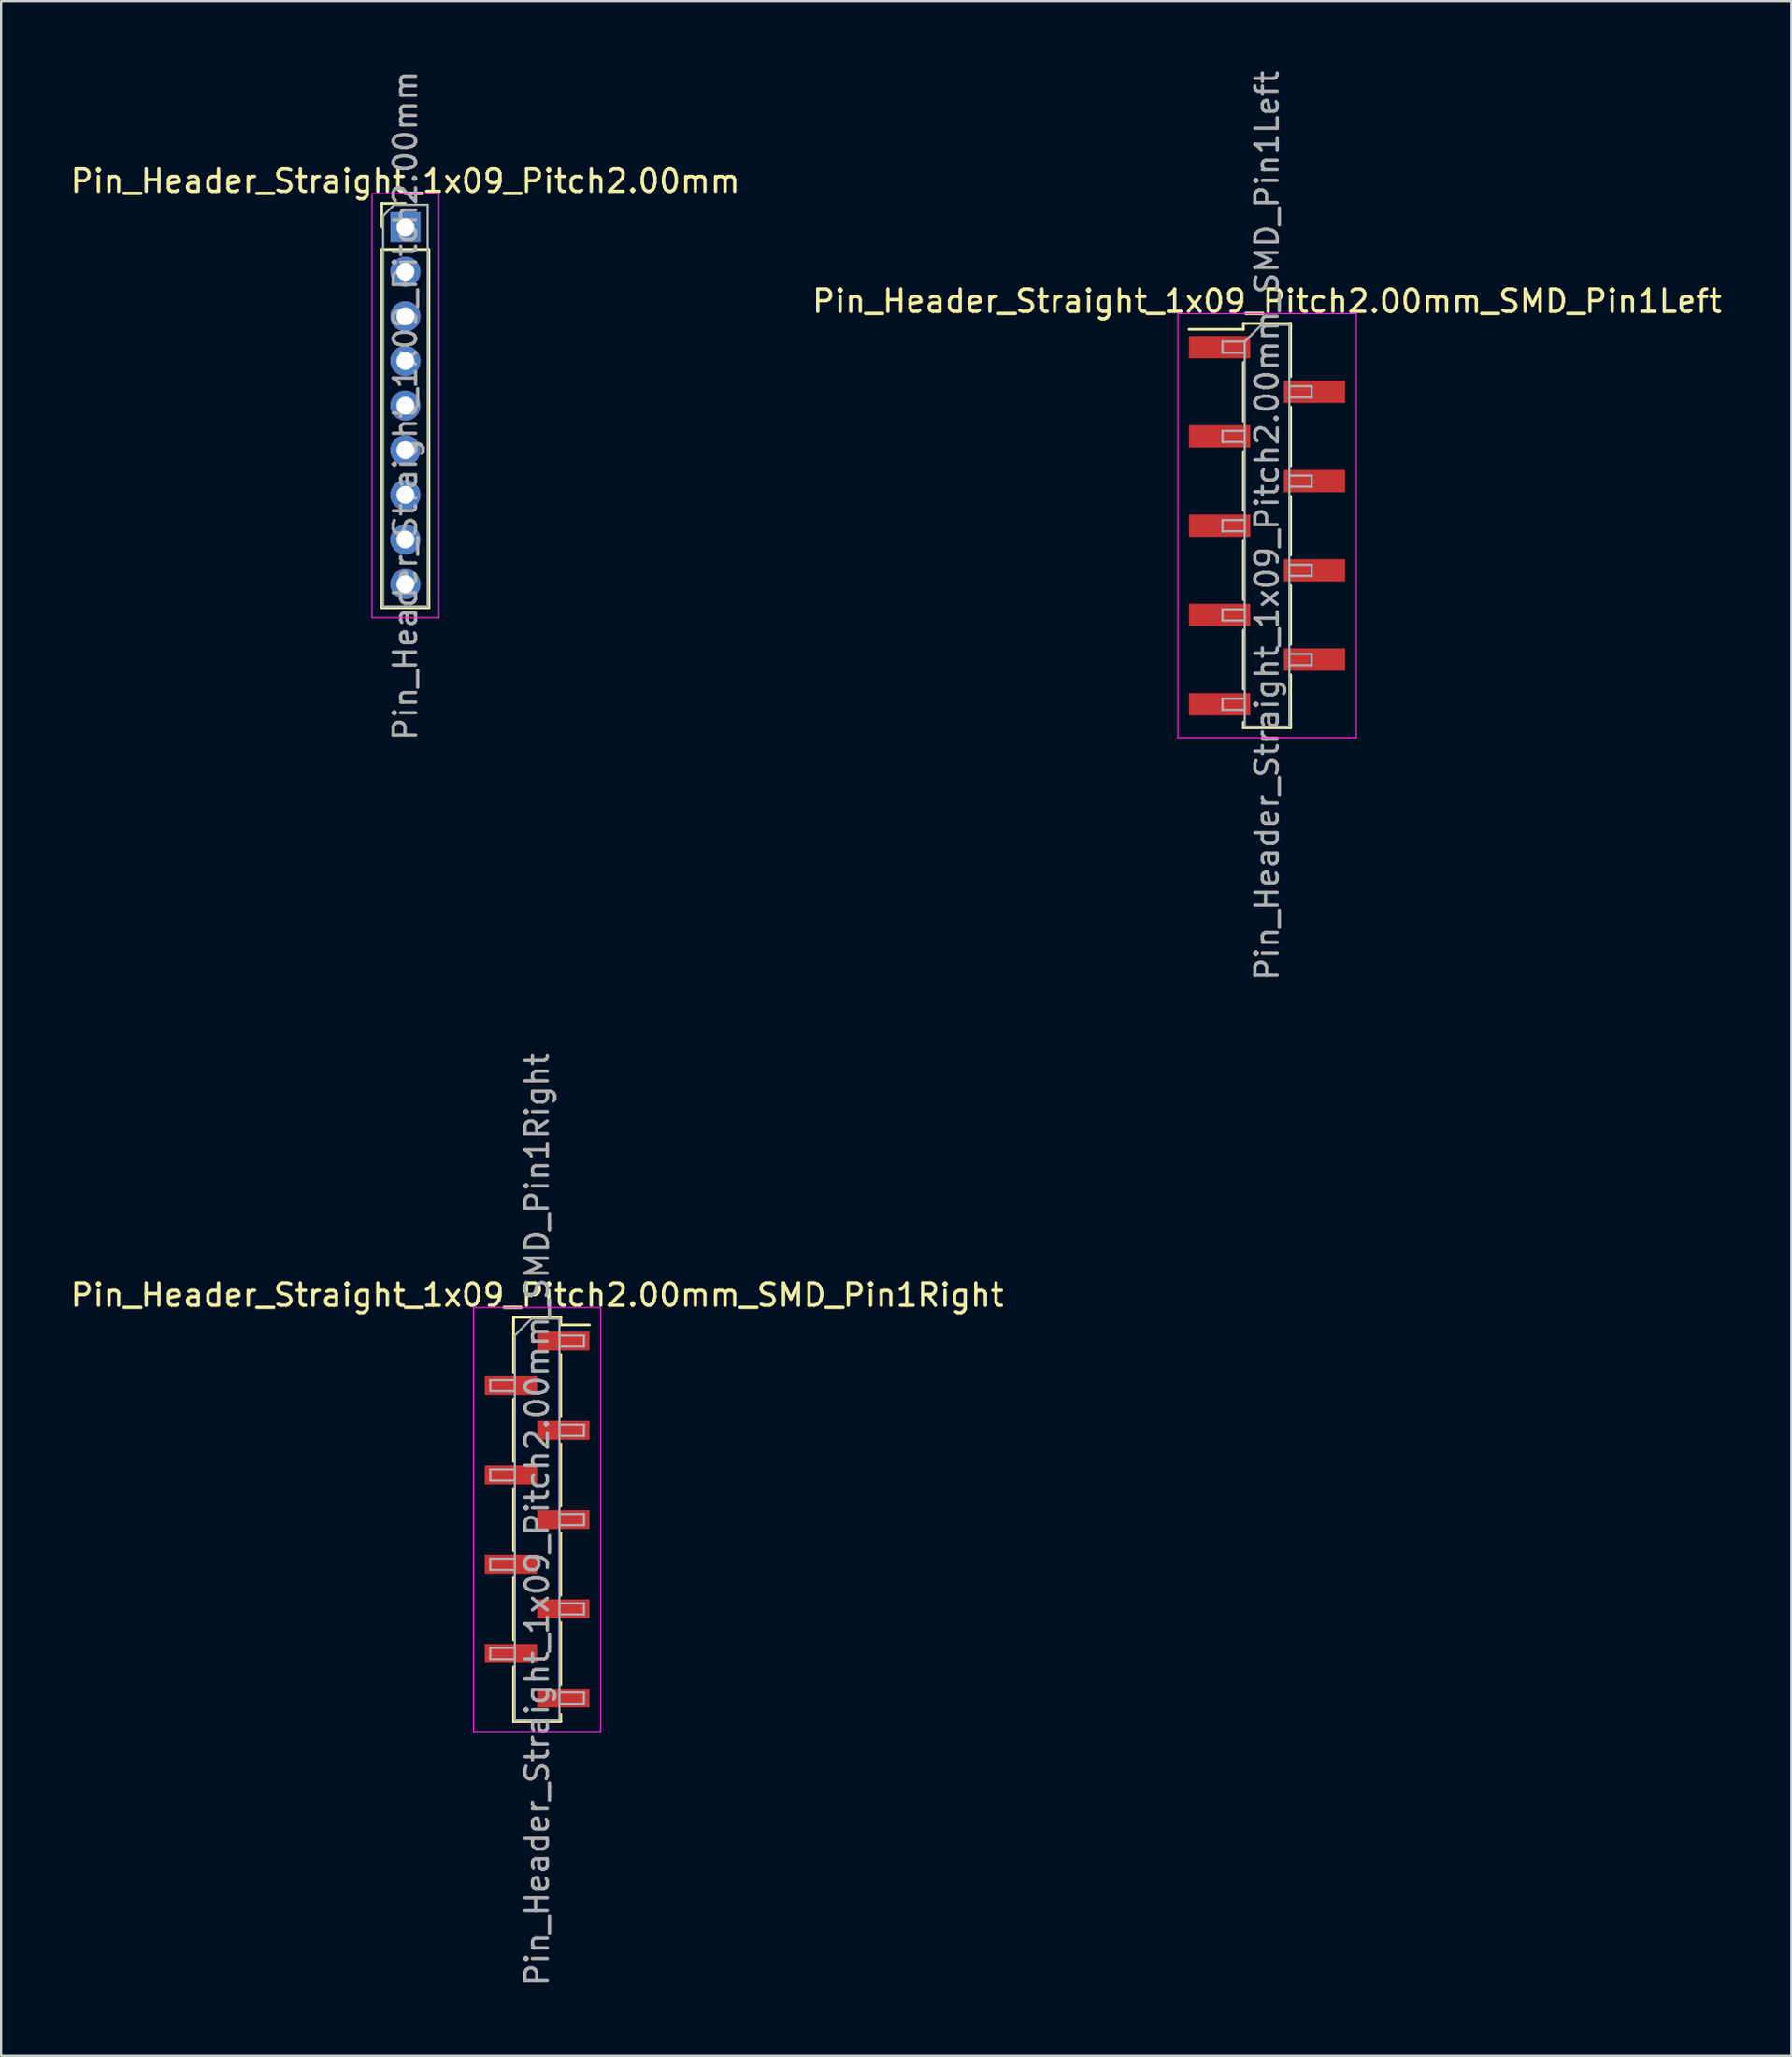
<source format=kicad_pcb>
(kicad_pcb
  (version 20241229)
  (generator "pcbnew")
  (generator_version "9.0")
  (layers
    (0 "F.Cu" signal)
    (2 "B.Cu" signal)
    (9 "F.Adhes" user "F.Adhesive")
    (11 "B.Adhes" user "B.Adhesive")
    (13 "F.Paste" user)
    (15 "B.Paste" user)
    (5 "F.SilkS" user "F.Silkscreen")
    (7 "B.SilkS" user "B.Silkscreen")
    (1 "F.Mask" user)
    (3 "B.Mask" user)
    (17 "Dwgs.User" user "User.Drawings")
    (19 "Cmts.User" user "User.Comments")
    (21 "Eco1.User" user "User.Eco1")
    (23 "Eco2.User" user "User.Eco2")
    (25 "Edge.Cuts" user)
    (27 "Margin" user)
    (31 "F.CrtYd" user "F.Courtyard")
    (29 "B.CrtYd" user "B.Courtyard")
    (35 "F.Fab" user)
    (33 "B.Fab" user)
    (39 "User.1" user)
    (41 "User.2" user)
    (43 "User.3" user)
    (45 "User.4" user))
  (footprint "Pin_Header_Straight_1x09_Pitch2.00mm_SMD_Pin1Left"
    (layer "F.Cu")
    (at 53.756 20.506)
    (property "Reference" "Pin_Header_Straight_1x09_Pitch2.00mm_SMD_Pin1Left" (at 0 -10.06 0) (layer "F.SilkS") (effects (font (size 1 1) (thickness 0.15))))
    (attr smd)
    (fp_line (start -1.06 -9.06) (end 1.06 -9.06) (stroke (width 0.12) (type solid)) (layer "F.SilkS"))
    (fp_line (start -1.06 -8.8) (end -3.5 -8.8) (stroke (width 0.12) (type solid)) (layer "F.SilkS"))
    (fp_line (start -1.06 -8.8) (end -1.06 -9.06) (stroke (width 0.12) (type solid)) (layer "F.SilkS"))
    (fp_line (start -1.06 -7.32) (end -1.06 -4.68) (stroke (width 0.12) (type solid)) (layer "F.SilkS"))
    (fp_line (start -1.06 -3.32) (end -1.06 -0.68) (stroke (width 0.12) (type solid)) (layer "F.SilkS"))
    (fp_line (start -1.06 0.68) (end -1.06 3.32) (stroke (width 0.12) (type solid)) (layer "F.SilkS"))
    (fp_line (start -1.06 4.68) (end -1.06 7.32) (stroke (width 0.12) (type solid)) (layer "F.SilkS"))
    (fp_line (start -1.06 8.8) (end -1.06 9.06) (stroke (width 0.12) (type solid)) (layer "F.SilkS"))
    (fp_line (start -1.06 9.06) (end 1.06 9.06) (stroke (width 0.12) (type solid)) (layer "F.SilkS"))
    (fp_line (start 1.06 -9.06) (end 1.06 -8.8) (stroke (width 0.12) (type solid)) (layer "F.SilkS"))
    (fp_line (start 1.06 -9.06) (end 1.06 -6.68) (stroke (width 0.12) (type solid)) (layer "F.SilkS"))
    (fp_line (start 1.06 -5.32) (end 1.06 -2.68) (stroke (width 0.12) (type solid)) (layer "F.SilkS"))
    (fp_line (start 1.06 -1.32) (end 1.06 1.32) (stroke (width 0.12) (type solid)) (layer "F.SilkS"))
    (fp_line (start 1.06 2.68) (end 1.06 5.32) (stroke (width 0.12) (type solid)) (layer "F.SilkS"))
    (fp_line (start 1.06 6.68) (end 1.06 9.06) (stroke (width 0.12) (type solid)) (layer "F.SilkS"))
    (fp_line (start 1.06 9.06) (end 1.06 8.8) (stroke (width 0.12) (type solid)) (layer "F.SilkS"))
    (fp_line (start -4 -9.5) (end -4 9.5) (stroke (width 0.05) (type solid)) (layer "F.CrtYd"))
    (fp_line (start -4 9.5) (end 4 9.5) (stroke (width 0.05) (type solid)) (layer "F.CrtYd"))
    (fp_line (start 4 -9.5) (end -4 -9.5) (stroke (width 0.05) (type solid)) (layer "F.CrtYd"))
    (fp_line (start 4 9.5) (end 4 -9.5) (stroke (width 0.05) (type solid)) (layer "F.CrtYd"))
    (fp_line (start -2 -8.25) (end -2 -7.75) (stroke (width 0.1) (type solid)) (layer "F.Fab"))
    (fp_line (start -2 -7.75) (end -1 -7.75) (stroke (width 0.1) (type solid)) (layer "F.Fab"))
    (fp_line (start -2 -4.25) (end -2 -3.75) (stroke (width 0.1) (type solid)) (layer "F.Fab"))
    (fp_line (start -2 -3.75) (end -1 -3.75) (stroke (width 0.1) (type solid)) (layer "F.Fab"))
    (fp_line (start -2 -0.25) (end -2 0.25) (stroke (width 0.1) (type solid)) (layer "F.Fab"))
    (fp_line (start -2 0.25) (end -1 0.25) (stroke (width 0.1) (type solid)) (layer "F.Fab"))
    (fp_line (start -2 3.75) (end -2 4.25) (stroke (width 0.1) (type solid)) (layer "F.Fab"))
    (fp_line (start -2 4.25) (end -1 4.25) (stroke (width 0.1) (type solid)) (layer "F.Fab"))
    (fp_line (start -2 7.75) (end -2 8.25) (stroke (width 0.1) (type solid)) (layer "F.Fab"))
    (fp_line (start -2 8.25) (end -1 8.25) (stroke (width 0.1) (type solid)) (layer "F.Fab"))
    (fp_line (start -1 -8.25) (end -2 -8.25) (stroke (width 0.1) (type solid)) (layer "F.Fab"))
    (fp_line (start -1 -8.25) (end -0.25 -9) (stroke (width 0.1) (type solid)) (layer "F.Fab"))
    (fp_line (start -1 -4.25) (end -2 -4.25) (stroke (width 0.1) (type solid)) (layer "F.Fab"))
    (fp_line (start -1 -0.25) (end -2 -0.25) (stroke (width 0.1) (type solid)) (layer "F.Fab"))
    (fp_line (start -1 3.75) (end -2 3.75) (stroke (width 0.1) (type solid)) (layer "F.Fab"))
    (fp_line (start -1 7.75) (end -2 7.75) (stroke (width 0.1) (type solid)) (layer "F.Fab"))
    (fp_line (start -1 9) (end -1 -8.25) (stroke (width 0.1) (type solid)) (layer "F.Fab"))
    (fp_line (start -0.25 -9) (end 1 -9) (stroke (width 0.1) (type solid)) (layer "F.Fab"))
    (fp_line (start 1 -9) (end 1 9) (stroke (width 0.1) (type solid)) (layer "F.Fab"))
    (fp_line (start 1 -6.25) (end 2 -6.25) (stroke (width 0.1) (type solid)) (layer "F.Fab"))
    (fp_line (start 1 -2.25) (end 2 -2.25) (stroke (width 0.1) (type solid)) (layer "F.Fab"))
    (fp_line (start 1 1.75) (end 2 1.75) (stroke (width 0.1) (type solid)) (layer "F.Fab"))
    (fp_line (start 1 5.75) (end 2 5.75) (stroke (width 0.1) (type solid)) (layer "F.Fab"))
    (fp_line (start 1 9) (end -1 9) (stroke (width 0.1) (type solid)) (layer "F.Fab"))
    (fp_line (start 2 -6.25) (end 2 -5.75) (stroke (width 0.1) (type solid)) (layer "F.Fab"))
    (fp_line (start 2 -5.75) (end 1 -5.75) (stroke (width 0.1) (type solid)) (layer "F.Fab"))
    (fp_line (start 2 -2.25) (end 2 -1.75) (stroke (width 0.1) (type solid)) (layer "F.Fab"))
    (fp_line (start 2 -1.75) (end 1 -1.75) (stroke (width 0.1) (type solid)) (layer "F.Fab"))
    (fp_line (start 2 1.75) (end 2 2.25) (stroke (width 0.1) (type solid)) (layer "F.Fab"))
    (fp_line (start 2 2.25) (end 1 2.25) (stroke (width 0.1) (type solid)) (layer "F.Fab"))
    (fp_line (start 2 5.75) (end 2 6.25) (stroke (width 0.1) (type solid)) (layer "F.Fab"))
    (fp_line (start 2 6.25) (end 1 6.25) (stroke (width 0.1) (type solid)) (layer "F.Fab"))
    (fp_text user "${REFERENCE}" (at 0 0 90) (layer "F.Fab") (effects (font (size 1 1) (thickness 0.15))))
    (pad "1" smd rect (at -2.125 -8) (size 2.75 1) (layers "F.Cu" "F.Mask" "F.Paste"))
    (pad "2" smd rect (at 2.125 -6) (size 2.75 1) (layers "F.Cu" "F.Mask" "F.Paste"))
    (pad "3" smd rect (at -2.125 -4) (size 2.75 1) (layers "F.Cu" "F.Mask" "F.Paste"))
    (pad "4" smd rect (at 2.125 -2) (size 2.75 1) (layers "F.Cu" "F.Mask" "F.Paste"))
    (pad "5" smd rect (at -2.125 0) (size 2.75 1) (layers "F.Cu" "F.Mask" "F.Paste"))
    (pad "6" smd rect (at 2.125 2) (size 2.75 1) (layers "F.Cu" "F.Mask" "F.Paste"))
    (pad "7" smd rect (at -2.125 4) (size 2.75 1) (layers "F.Cu" "F.Mask" "F.Paste"))
    (pad "8" smd rect (at 2.125 6) (size 2.75 1) (layers "F.Cu" "F.Mask" "F.Paste"))
    (pad "9" smd rect (at -2.125 8) (size 2.75 1) (layers "F.Cu" "F.Mask" "F.Paste")))
  (footprint "Pin_Header_Straight_1x09_Pitch2.00mm"
    (layer "F.Cu")
    (at 15.125 7.125)
    (property "Reference" "Pin_Header_Straight_1x09_Pitch2.00mm" (at 0 -2.06 0) (layer "F.SilkS") (effects (font (size 1 1) (thickness 0.15))))
    (attr through_hole)
    (fp_line (start -1.06 -1.06) (end 0 -1.06) (stroke (width 0.12) (type solid)) (layer "F.SilkS"))
    (fp_line (start -1.06 0) (end -1.06 -1.06) (stroke (width 0.12) (type solid)) (layer "F.SilkS"))
    (fp_line (start -1.06 1) (end -1.06 17.06) (stroke (width 0.12) (type solid)) (layer "F.SilkS"))
    (fp_line (start -1.06 17.06) (end 1.06 17.06) (stroke (width 0.12) (type solid)) (layer "F.SilkS"))
    (fp_line (start 1.06 1) (end -1.06 1) (stroke (width 0.12) (type solid)) (layer "F.SilkS"))
    (fp_line (start 1.06 17.06) (end 1.06 1) (stroke (width 0.12) (type solid)) (layer "F.SilkS"))
    (fp_line (start -1.5 -1.5) (end -1.5 17.5) (stroke (width 0.05) (type solid)) (layer "F.CrtYd"))
    (fp_line (start -1.5 17.5) (end 1.5 17.5) (stroke (width 0.05) (type solid)) (layer "F.CrtYd"))
    (fp_line (start 1.5 -1.5) (end -1.5 -1.5) (stroke (width 0.05) (type solid)) (layer "F.CrtYd"))
    (fp_line (start 1.5 17.5) (end 1.5 -1.5) (stroke (width 0.05) (type solid)) (layer "F.CrtYd"))
    (fp_line (start -1 -0.5) (end -0.5 -1) (stroke (width 0.1) (type solid)) (layer "F.Fab"))
    (fp_line (start -1 17) (end -1 -0.5) (stroke (width 0.1) (type solid)) (layer "F.Fab"))
    (fp_line (start -0.5 -1) (end 1 -1) (stroke (width 0.1) (type solid)) (layer "F.Fab"))
    (fp_line (start 1 -1) (end 1 17) (stroke (width 0.1) (type solid)) (layer "F.Fab"))
    (fp_line (start 1 17) (end -1 17) (stroke (width 0.1) (type solid)) (layer "F.Fab"))
    (fp_text user "${REFERENCE}" (at 0 8 90) (layer "F.Fab") (effects (font (size 1 1) (thickness 0.15))))
    (pad "1" thru_hole rect (at 0 0) (size 1.35 1.35) (drill 0.8) (layers "*.Cu" "*.Mask"))
    (pad "2" thru_hole oval (at 0 2) (size 1.35 1.35) (drill 0.8) (layers "*.Cu" "*.Mask"))
    (pad "3" thru_hole oval (at 0 4) (size 1.35 1.35) (drill 0.8) (layers "*.Cu" "*.Mask"))
    (pad "4" thru_hole oval (at 0 6) (size 1.35 1.35) (drill 0.8) (layers "*.Cu" "*.Mask"))
    (pad "5" thru_hole oval (at 0 8) (size 1.35 1.35) (drill 0.8) (layers "*.Cu" "*.Mask"))
    (pad "6" thru_hole oval (at 0 10) (size 1.35 1.35) (drill 0.8) (layers "*.Cu" "*.Mask"))
    (pad "7" thru_hole oval (at 0 12) (size 1.35 1.35) (drill 0.8) (layers "*.Cu" "*.Mask"))
    (pad "8" thru_hole oval (at 0 14) (size 1.35 1.35) (drill 0.8) (layers "*.Cu" "*.Mask"))
    (pad "9" thru_hole oval (at 0 16) (size 1.35 1.35) (drill 0.8) (layers "*.Cu" "*.Mask")))
  (footprint "Pin_Header_Straight_1x09_Pitch2.00mm_SMD_Pin1Right"
    (layer "F.Cu")
    (at 21.03 65.042)
    (property "Reference" "Pin_Header_Straight_1x09_Pitch2.00mm_SMD_Pin1Right" (at 0 -10.06 0) (layer "F.SilkS") (effects (font (size 1 1) (thickness 0.15))))
    (attr smd)
    (fp_line (start -1.06 -9.06) (end -1.06 -6.605) (stroke (width 0.12) (type solid)) (layer "F.SilkS"))
    (fp_line (start -1.06 -9.06) (end 1.06 -9.06) (stroke (width 0.12) (type solid)) (layer "F.SilkS"))
    (fp_line (start -1.06 -8.725) (end -1.06 -9.06) (stroke (width 0.12) (type solid)) (layer "F.SilkS"))
    (fp_line (start -1.06 -5.395) (end -1.06 -2.605) (stroke (width 0.12) (type solid)) (layer "F.SilkS"))
    (fp_line (start -1.06 -1.395) (end -1.06 1.395) (stroke (width 0.12) (type solid)) (layer "F.SilkS"))
    (fp_line (start -1.06 2.605) (end -1.06 5.395) (stroke (width 0.12) (type solid)) (layer "F.SilkS"))
    (fp_line (start -1.06 6.605) (end -1.06 9.06) (stroke (width 0.12) (type solid)) (layer "F.SilkS"))
    (fp_line (start -1.06 8.725) (end -1.06 9.06) (stroke (width 0.12) (type solid)) (layer "F.SilkS"))
    (fp_line (start -1.06 9.06) (end 1.06 9.06) (stroke (width 0.12) (type solid)) (layer "F.SilkS"))
    (fp_line (start 1.06 -9.06) (end 1.06 -8.725) (stroke (width 0.12) (type solid)) (layer "F.SilkS"))
    (fp_line (start 1.06 -8.725) (end 2.35 -8.725) (stroke (width 0.12) (type solid)) (layer "F.SilkS"))
    (fp_line (start 1.06 -7.395) (end 1.06 -4.605) (stroke (width 0.12) (type solid)) (layer "F.SilkS"))
    (fp_line (start 1.06 -3.395) (end 1.06 -0.605) (stroke (width 0.12) (type solid)) (layer "F.SilkS"))
    (fp_line (start 1.06 0.605) (end 1.06 3.395) (stroke (width 0.12) (type solid)) (layer "F.SilkS"))
    (fp_line (start 1.06 4.605) (end 1.06 7.395) (stroke (width 0.12) (type solid)) (layer "F.SilkS"))
    (fp_line (start 1.06 9.06) (end 1.06 8.725) (stroke (width 0.12) (type solid)) (layer "F.SilkS"))
    (fp_line (start -2.85 -9.5) (end -2.85 9.5) (stroke (width 0.05) (type solid)) (layer "F.CrtYd"))
    (fp_line (start -2.85 9.5) (end 2.85 9.5) (stroke (width 0.05) (type solid)) (layer "F.CrtYd"))
    (fp_line (start 2.85 -9.5) (end -2.85 -9.5) (stroke (width 0.05) (type solid)) (layer "F.CrtYd"))
    (fp_line (start 2.85 9.5) (end 2.85 -9.5) (stroke (width 0.05) (type solid)) (layer "F.CrtYd"))
    (fp_line (start -2.1 -6.25) (end -2.1 -5.75) (stroke (width 0.1) (type solid)) (layer "F.Fab"))
    (fp_line (start -2.1 -5.75) (end -1 -5.75) (stroke (width 0.1) (type solid)) (layer "F.Fab"))
    (fp_line (start -2.1 -2.25) (end -2.1 -1.75) (stroke (width 0.1) (type solid)) (layer "F.Fab"))
    (fp_line (start -2.1 -1.75) (end -1 -1.75) (stroke (width 0.1) (type solid)) (layer "F.Fab"))
    (fp_line (start -2.1 1.75) (end -2.1 2.25) (stroke (width 0.1) (type solid)) (layer "F.Fab"))
    (fp_line (start -2.1 2.25) (end -1 2.25) (stroke (width 0.1) (type solid)) (layer "F.Fab"))
    (fp_line (start -2.1 5.75) (end -2.1 6.25) (stroke (width 0.1) (type solid)) (layer "F.Fab"))
    (fp_line (start -2.1 6.25) (end -1 6.25) (stroke (width 0.1) (type solid)) (layer "F.Fab"))
    (fp_line (start -1 -8.25) (end -0.25 -9) (stroke (width 0.1) (type solid)) (layer "F.Fab"))
    (fp_line (start -1 -6.25) (end -2.1 -6.25) (stroke (width 0.1) (type solid)) (layer "F.Fab"))
    (fp_line (start -1 -2.25) (end -2.1 -2.25) (stroke (width 0.1) (type solid)) (layer "F.Fab"))
    (fp_line (start -1 1.75) (end -2.1 1.75) (stroke (width 0.1) (type solid)) (layer "F.Fab"))
    (fp_line (start -1 5.75) (end -2.1 5.75) (stroke (width 0.1) (type solid)) (layer "F.Fab"))
    (fp_line (start -1 9) (end -1 -8.25) (stroke (width 0.1) (type solid)) (layer "F.Fab"))
    (fp_line (start -0.25 -9) (end 1 -9) (stroke (width 0.1) (type solid)) (layer "F.Fab"))
    (fp_line (start 1 -9) (end 1 9) (stroke (width 0.1) (type solid)) (layer "F.Fab"))
    (fp_line (start 1 -8.25) (end 2.1 -8.25) (stroke (width 0.1) (type solid)) (layer "F.Fab"))
    (fp_line (start 1 -4.25) (end 2.1 -4.25) (stroke (width 0.1) (type solid)) (layer "F.Fab"))
    (fp_line (start 1 -0.25) (end 2.1 -0.25) (stroke (width 0.1) (type solid)) (layer "F.Fab"))
    (fp_line (start 1 3.75) (end 2.1 3.75) (stroke (width 0.1) (type solid)) (layer "F.Fab"))
    (fp_line (start 1 7.75) (end 2.1 7.75) (stroke (width 0.1) (type solid)) (layer "F.Fab"))
    (fp_line (start 1 9) (end -1 9) (stroke (width 0.1) (type solid)) (layer "F.Fab"))
    (fp_line (start 2.1 -8.25) (end 2.1 -7.75) (stroke (width 0.1) (type solid)) (layer "F.Fab"))
    (fp_line (start 2.1 -7.75) (end 1 -7.75) (stroke (width 0.1) (type solid)) (layer "F.Fab"))
    (fp_line (start 2.1 -4.25) (end 2.1 -3.75) (stroke (width 0.1) (type solid)) (layer "F.Fab"))
    (fp_line (start 2.1 -3.75) (end 1 -3.75) (stroke (width 0.1) (type solid)) (layer "F.Fab"))
    (fp_line (start 2.1 -0.25) (end 2.1 0.25) (stroke (width 0.1) (type solid)) (layer "F.Fab"))
    (fp_line (start 2.1 0.25) (end 1 0.25) (stroke (width 0.1) (type solid)) (layer "F.Fab"))
    (fp_line (start 2.1 3.75) (end 2.1 4.25) (stroke (width 0.1) (type solid)) (layer "F.Fab"))
    (fp_line (start 2.1 4.25) (end 1 4.25) (stroke (width 0.1) (type solid)) (layer "F.Fab"))
    (fp_line (start 2.1 7.75) (end 2.1 8.25) (stroke (width 0.1) (type solid)) (layer "F.Fab"))
    (fp_line (start 2.1 8.25) (end 1 8.25) (stroke (width 0.1) (type solid)) (layer "F.Fab"))
    (fp_text user "${REFERENCE}" (at 0 0 90) (layer "F.Fab") (effects (font (size 1 1) (thickness 0.15))))
    (pad "1" smd rect (at 1.175 -8) (size 2.35 0.85) (layers "F.Cu" "F.Mask" "F.Paste"))
    (pad "2" smd rect (at -1.175 -6) (size 2.35 0.85) (layers "F.Cu" "F.Mask" "F.Paste"))
    (pad "3" smd rect (at 1.175 -4) (size 2.35 0.85) (layers "F.Cu" "F.Mask" "F.Paste"))
    (pad "4" smd rect (at -1.175 -2) (size 2.35 0.85) (layers "F.Cu" "F.Mask" "F.Paste"))
    (pad "5" smd rect (at 1.175 0) (size 2.35 0.85) (layers "F.Cu" "F.Mask" "F.Paste"))
    (pad "6" smd rect (at -1.175 2) (size 2.35 0.85) (layers "F.Cu" "F.Mask" "F.Paste"))
    (pad "7" smd rect (at 1.175 4) (size 2.35 0.85) (layers "F.Cu" "F.Mask" "F.Paste"))
    (pad "8" smd rect (at -1.175 6) (size 2.35 0.85) (layers "F.Cu" "F.Mask" "F.Paste"))
    (pad "9" smd rect (at 1.175 8) (size 2.35 0.85) (layers "F.Cu" "F.Mask" "F.Paste")))
  (gr_rect
    (start -3 -3)
    (end 77.262 89.071)
    (stroke (width 0.1) (type default))
    (fill no)
    (layer "Edge.Cuts")))
</source>
